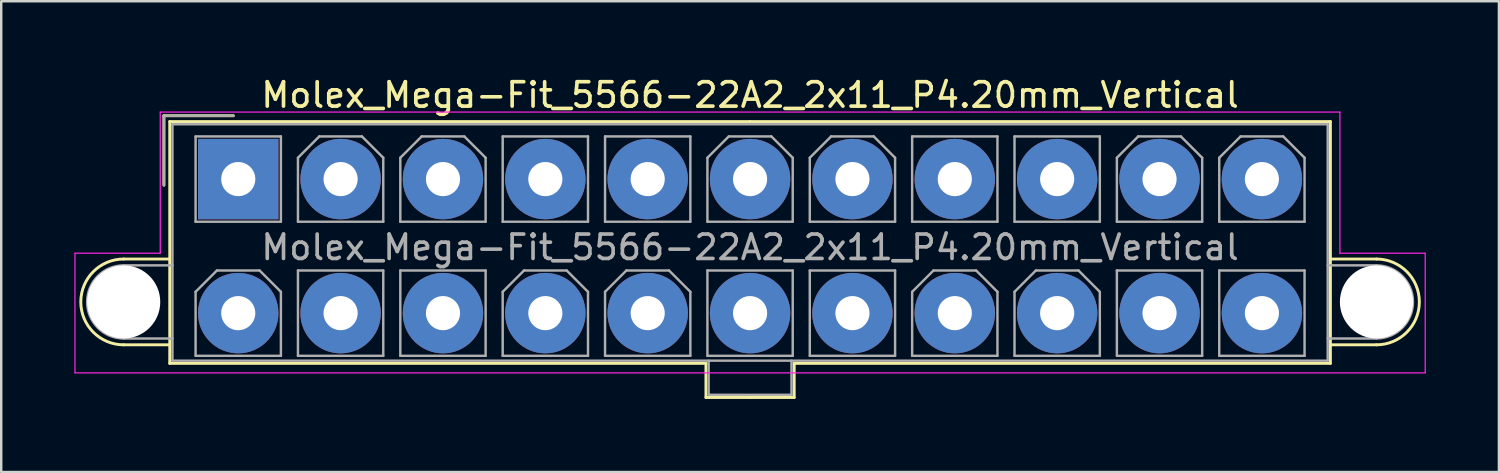
<source format=kicad_pcb>
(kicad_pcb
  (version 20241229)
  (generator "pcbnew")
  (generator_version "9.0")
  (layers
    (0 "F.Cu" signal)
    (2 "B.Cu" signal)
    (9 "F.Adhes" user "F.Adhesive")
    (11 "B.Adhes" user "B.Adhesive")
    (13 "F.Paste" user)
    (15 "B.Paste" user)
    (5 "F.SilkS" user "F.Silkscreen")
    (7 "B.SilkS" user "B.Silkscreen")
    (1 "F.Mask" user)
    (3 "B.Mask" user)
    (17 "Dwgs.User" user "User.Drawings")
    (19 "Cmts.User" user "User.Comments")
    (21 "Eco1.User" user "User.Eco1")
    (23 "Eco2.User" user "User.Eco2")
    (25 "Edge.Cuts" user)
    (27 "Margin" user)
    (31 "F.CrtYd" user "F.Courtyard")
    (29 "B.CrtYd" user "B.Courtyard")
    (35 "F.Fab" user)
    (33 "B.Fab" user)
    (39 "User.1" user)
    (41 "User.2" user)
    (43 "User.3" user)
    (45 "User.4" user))
  (footprint "Molex_Mega-Fit_5566-22A2_2x11_P4.20mm_Vertical"
    (layer "F.Cu")
    (at 6.725 4.298)
    (property "Reference" "Molex_Mega-Fit_5566-22A2_2x11_P4.20mm_Vertical" (at 21 -3.45 0) (layer "F.SilkS") (effects (font (size 1 1) (thickness 0.15))))
    (attr through_hole)
    (fp_line (start -4.7 3.28) (end -2.81 3.28) (stroke (width 0.12) (type solid)) (layer "F.SilkS"))
    (fp_line (start -4.7 6.8) (end -2.81 6.8) (stroke (width 0.12) (type solid)) (layer "F.SilkS"))
    (fp_line (start -3.05 -2.6) (end -3.05 0.25) (stroke (width 0.12) (type solid)) (layer "F.SilkS"))
    (fp_line (start -2.81 -2.36) (end -2.81 7.56) (stroke (width 0.12) (type solid)) (layer "F.SilkS"))
    (fp_line (start -2.81 7.56) (end 19.19 7.56) (stroke (width 0.12) (type solid)) (layer "F.SilkS"))
    (fp_line (start -0.2 -2.6) (end -3.05 -2.6) (stroke (width 0.12) (type solid)) (layer "F.SilkS"))
    (fp_line (start 19.19 7.56) (end 19.19 8.96) (stroke (width 0.12) (type solid)) (layer "F.SilkS"))
    (fp_line (start 19.19 8.96) (end 21 8.96) (stroke (width 0.12) (type solid)) (layer "F.SilkS"))
    (fp_line (start 21 -2.36) (end -2.81 -2.36) (stroke (width 0.12) (type solid)) (layer "F.SilkS"))
    (fp_line (start 21 -2.36) (end 44.81 -2.36) (stroke (width 0.12) (type solid)) (layer "F.SilkS"))
    (fp_line (start 22.81 7.56) (end 22.81 8.96) (stroke (width 0.12) (type solid)) (layer "F.SilkS"))
    (fp_line (start 22.81 8.96) (end 21 8.96) (stroke (width 0.12) (type solid)) (layer "F.SilkS"))
    (fp_line (start 44.81 -2.36) (end 44.81 7.56) (stroke (width 0.12) (type solid)) (layer "F.SilkS"))
    (fp_line (start 44.81 7.56) (end 22.81 7.56) (stroke (width 0.12) (type solid)) (layer "F.SilkS"))
    (fp_line (start 46.7 3.28) (end 44.81 3.28) (stroke (width 0.12) (type solid)) (layer "F.SilkS"))
    (fp_line (start 46.7 6.8) (end 44.81 6.8) (stroke (width 0.12) (type solid)) (layer "F.SilkS"))
    (fp_arc (start -4.7 6.8) (mid -6.46 5.04) (end -4.7 3.28) (stroke (width 0.12) (type solid)) (layer "F.SilkS"))
    (fp_arc (start 46.7 3.28) (mid 48.46 5.04) (end 46.7 6.8) (stroke (width 0.12) (type solid)) (layer "F.SilkS"))
    (fp_line (start -6.7 3.04) (end -6.7 7.95) (stroke (width 0.05) (type solid)) (layer "F.CrtYd"))
    (fp_line (start -6.7 7.95) (end 48.7 7.95) (stroke (width 0.05) (type solid)) (layer "F.CrtYd"))
    (fp_line (start -3.2 -2.75) (end -3.2 3.04) (stroke (width 0.05) (type solid)) (layer "F.CrtYd"))
    (fp_line (start -3.2 3.04) (end -6.7 3.04) (stroke (width 0.05) (type solid)) (layer "F.CrtYd"))
    (fp_line (start 45.2 -2.75) (end -3.2 -2.75) (stroke (width 0.05) (type solid)) (layer "F.CrtYd"))
    (fp_line (start 45.2 3.04) (end 45.2 -2.75) (stroke (width 0.05) (type solid)) (layer "F.CrtYd"))
    (fp_line (start 48.7 3.04) (end 45.2 3.04) (stroke (width 0.05) (type solid)) (layer "F.CrtYd"))
    (fp_line (start 48.7 7.95) (end 48.7 3.04) (stroke (width 0.05) (type solid)) (layer "F.CrtYd"))
    (fp_line (start -4.7 3.54) (end -2.7 3.54) (stroke (width 0.1) (type solid)) (layer "F.Fab"))
    (fp_line (start -4.7 6.54) (end -2.7 6.54) (stroke (width 0.1) (type solid)) (layer "F.Fab"))
    (fp_line (start -3.05 -2.6) (end -3.05 0.25) (stroke (width 0.1) (type solid)) (layer "F.Fab"))
    (fp_line (start -2.7 -2.25) (end -2.7 7.45) (stroke (width 0.1) (type solid)) (layer "F.Fab"))
    (fp_line (start -2.7 7.45) (end 44.7 7.45) (stroke (width 0.1) (type solid)) (layer "F.Fab"))
    (fp_line (start -1.75 -1.75) (end -1.75 1.75) (stroke (width 0.1) (type solid)) (layer "F.Fab"))
    (fp_line (start -1.75 1.75) (end 1.75 1.75) (stroke (width 0.1) (type solid)) (layer "F.Fab"))
    (fp_line (start -1.75 4.625) (end -0.875 3.75) (stroke (width 0.1) (type solid)) (layer "F.Fab"))
    (fp_line (start -1.75 7.25) (end -1.75 4.625) (stroke (width 0.1) (type solid)) (layer "F.Fab"))
    (fp_line (start -0.875 3.75) (end 0.875 3.75) (stroke (width 0.1) (type solid)) (layer "F.Fab"))
    (fp_line (start -0.2 -2.6) (end -3.05 -2.6) (stroke (width 0.1) (type solid)) (layer "F.Fab"))
    (fp_line (start 0.875 3.75) (end 1.75 4.625) (stroke (width 0.1) (type solid)) (layer "F.Fab"))
    (fp_line (start 1.75 -1.75) (end -1.75 -1.75) (stroke (width 0.1) (type solid)) (layer "F.Fab"))
    (fp_line (start 1.75 1.75) (end 1.75 -1.75) (stroke (width 0.1) (type solid)) (layer "F.Fab"))
    (fp_line (start 1.75 4.625) (end 1.75 7.25) (stroke (width 0.1) (type solid)) (layer "F.Fab"))
    (fp_line (start 1.75 7.25) (end -1.75 7.25) (stroke (width 0.1) (type solid)) (layer "F.Fab"))
    (fp_line (start 2.45 -0.875) (end 3.325 -1.75) (stroke (width 0.1) (type solid)) (layer "F.Fab"))
    (fp_line (start 2.45 1.75) (end 2.45 -0.875) (stroke (width 0.1) (type solid)) (layer "F.Fab"))
    (fp_line (start 2.45 3.75) (end 2.45 7.25) (stroke (width 0.1) (type solid)) (layer "F.Fab"))
    (fp_line (start 2.45 7.25) (end 5.95 7.25) (stroke (width 0.1) (type solid)) (layer "F.Fab"))
    (fp_line (start 3.325 -1.75) (end 5.075 -1.75) (stroke (width 0.1) (type solid)) (layer "F.Fab"))
    (fp_line (start 5.075 -1.75) (end 5.95 -0.875) (stroke (width 0.1) (type solid)) (layer "F.Fab"))
    (fp_line (start 5.95 -0.875) (end 5.95 1.75) (stroke (width 0.1) (type solid)) (layer "F.Fab"))
    (fp_line (start 5.95 1.75) (end 2.45 1.75) (stroke (width 0.1) (type solid)) (layer "F.Fab"))
    (fp_line (start 5.95 3.75) (end 2.45 3.75) (stroke (width 0.1) (type solid)) (layer "F.Fab"))
    (fp_line (start 5.95 7.25) (end 5.95 3.75) (stroke (width 0.1) (type solid)) (layer "F.Fab"))
    (fp_line (start 6.65 -0.875) (end 7.525 -1.75) (stroke (width 0.1) (type solid)) (layer "F.Fab"))
    (fp_line (start 6.65 1.75) (end 6.65 -0.875) (stroke (width 0.1) (type solid)) (layer "F.Fab"))
    (fp_line (start 6.65 3.75) (end 6.65 7.25) (stroke (width 0.1) (type solid)) (layer "F.Fab"))
    (fp_line (start 6.65 7.25) (end 10.15 7.25) (stroke (width 0.1) (type solid)) (layer "F.Fab"))
    (fp_line (start 7.525 -1.75) (end 9.275 -1.75) (stroke (width 0.1) (type solid)) (layer "F.Fab"))
    (fp_line (start 9.275 -1.75) (end 10.15 -0.875) (stroke (width 0.1) (type solid)) (layer "F.Fab"))
    (fp_line (start 10.15 -0.875) (end 10.15 1.75) (stroke (width 0.1) (type solid)) (layer "F.Fab"))
    (fp_line (start 10.15 1.75) (end 6.65 1.75) (stroke (width 0.1) (type solid)) (layer "F.Fab"))
    (fp_line (start 10.15 3.75) (end 6.65 3.75) (stroke (width 0.1) (type solid)) (layer "F.Fab"))
    (fp_line (start 10.15 7.25) (end 10.15 3.75) (stroke (width 0.1) (type solid)) (layer "F.Fab"))
    (fp_line (start 10.85 -1.75) (end 10.85 1.75) (stroke (width 0.1) (type solid)) (layer "F.Fab"))
    (fp_line (start 10.85 1.75) (end 14.35 1.75) (stroke (width 0.1) (type solid)) (layer "F.Fab"))
    (fp_line (start 10.85 4.625) (end 11.725 3.75) (stroke (width 0.1) (type solid)) (layer "F.Fab"))
    (fp_line (start 10.85 7.25) (end 10.85 4.625) (stroke (width 0.1) (type solid)) (layer "F.Fab"))
    (fp_line (start 11.725 3.75) (end 13.475 3.75) (stroke (width 0.1) (type solid)) (layer "F.Fab"))
    (fp_line (start 13.475 3.75) (end 14.35 4.625) (stroke (width 0.1) (type solid)) (layer "F.Fab"))
    (fp_line (start 14.35 -1.75) (end 10.85 -1.75) (stroke (width 0.1) (type solid)) (layer "F.Fab"))
    (fp_line (start 14.35 1.75) (end 14.35 -1.75) (stroke (width 0.1) (type solid)) (layer "F.Fab"))
    (fp_line (start 14.35 4.625) (end 14.35 7.25) (stroke (width 0.1) (type solid)) (layer "F.Fab"))
    (fp_line (start 14.35 7.25) (end 10.85 7.25) (stroke (width 0.1) (type solid)) (layer "F.Fab"))
    (fp_line (start 15.05 -1.75) (end 15.05 1.75) (stroke (width 0.1) (type solid)) (layer "F.Fab"))
    (fp_line (start 15.05 1.75) (end 18.55 1.75) (stroke (width 0.1) (type solid)) (layer "F.Fab"))
    (fp_line (start 15.05 4.625) (end 15.925 3.75) (stroke (width 0.1) (type solid)) (layer "F.Fab"))
    (fp_line (start 15.05 7.25) (end 15.05 4.625) (stroke (width 0.1) (type solid)) (layer "F.Fab"))
    (fp_line (start 15.925 3.75) (end 17.675 3.75) (stroke (width 0.1) (type solid)) (layer "F.Fab"))
    (fp_line (start 17.675 3.75) (end 18.55 4.625) (stroke (width 0.1) (type solid)) (layer "F.Fab"))
    (fp_line (start 18.55 -1.75) (end 15.05 -1.75) (stroke (width 0.1) (type solid)) (layer "F.Fab"))
    (fp_line (start 18.55 1.75) (end 18.55 -1.75) (stroke (width 0.1) (type solid)) (layer "F.Fab"))
    (fp_line (start 18.55 4.625) (end 18.55 7.25) (stroke (width 0.1) (type solid)) (layer "F.Fab"))
    (fp_line (start 18.55 7.25) (end 15.05 7.25) (stroke (width 0.1) (type solid)) (layer "F.Fab"))
    (fp_line (start 19.25 -0.875) (end 20.125 -1.75) (stroke (width 0.1) (type solid)) (layer "F.Fab"))
    (fp_line (start 19.25 1.75) (end 19.25 -0.875) (stroke (width 0.1) (type solid)) (layer "F.Fab"))
    (fp_line (start 19.25 3.75) (end 19.25 7.25) (stroke (width 0.1) (type solid)) (layer "F.Fab"))
    (fp_line (start 19.25 7.25) (end 22.75 7.25) (stroke (width 0.1) (type solid)) (layer "F.Fab"))
    (fp_line (start 19.3 7.45) (end 19.3 8.85) (stroke (width 0.1) (type solid)) (layer "F.Fab"))
    (fp_line (start 19.3 8.85) (end 22.7 8.85) (stroke (width 0.1) (type solid)) (layer "F.Fab"))
    (fp_line (start 20.125 -1.75) (end 21.875 -1.75) (stroke (width 0.1) (type solid)) (layer "F.Fab"))
    (fp_line (start 21.875 -1.75) (end 22.75 -0.875) (stroke (width 0.1) (type solid)) (layer "F.Fab"))
    (fp_line (start 22.7 8.85) (end 22.7 7.45) (stroke (width 0.1) (type solid)) (layer "F.Fab"))
    (fp_line (start 22.75 -0.875) (end 22.75 1.75) (stroke (width 0.1) (type solid)) (layer "F.Fab"))
    (fp_line (start 22.75 1.75) (end 19.25 1.75) (stroke (width 0.1) (type solid)) (layer "F.Fab"))
    (fp_line (start 22.75 3.75) (end 19.25 3.75) (stroke (width 0.1) (type solid)) (layer "F.Fab"))
    (fp_line (start 22.75 7.25) (end 22.75 3.75) (stroke (width 0.1) (type solid)) (layer "F.Fab"))
    (fp_line (start 23.45 -0.875) (end 24.325 -1.75) (stroke (width 0.1) (type solid)) (layer "F.Fab"))
    (fp_line (start 23.45 1.75) (end 23.45 -0.875) (stroke (width 0.1) (type solid)) (layer "F.Fab"))
    (fp_line (start 23.45 3.75) (end 23.45 7.25) (stroke (width 0.1) (type solid)) (layer "F.Fab"))
    (fp_line (start 23.45 7.25) (end 26.95 7.25) (stroke (width 0.1) (type solid)) (layer "F.Fab"))
    (fp_line (start 24.325 -1.75) (end 26.075 -1.75) (stroke (width 0.1) (type solid)) (layer "F.Fab"))
    (fp_line (start 26.075 -1.75) (end 26.95 -0.875) (stroke (width 0.1) (type solid)) (layer "F.Fab"))
    (fp_line (start 26.95 -0.875) (end 26.95 1.75) (stroke (width 0.1) (type solid)) (layer "F.Fab"))
    (fp_line (start 26.95 1.75) (end 23.45 1.75) (stroke (width 0.1) (type solid)) (layer "F.Fab"))
    (fp_line (start 26.95 3.75) (end 23.45 3.75) (stroke (width 0.1) (type solid)) (layer "F.Fab"))
    (fp_line (start 26.95 7.25) (end 26.95 3.75) (stroke (width 0.1) (type solid)) (layer "F.Fab"))
    (fp_line (start 27.65 -1.75) (end 27.65 1.75) (stroke (width 0.1) (type solid)) (layer "F.Fab"))
    (fp_line (start 27.65 1.75) (end 31.15 1.75) (stroke (width 0.1) (type solid)) (layer "F.Fab"))
    (fp_line (start 27.65 4.625) (end 28.525 3.75) (stroke (width 0.1) (type solid)) (layer "F.Fab"))
    (fp_line (start 27.65 7.25) (end 27.65 4.625) (stroke (width 0.1) (type solid)) (layer "F.Fab"))
    (fp_line (start 28.525 3.75) (end 30.275 3.75) (stroke (width 0.1) (type solid)) (layer "F.Fab"))
    (fp_line (start 30.275 3.75) (end 31.15 4.625) (stroke (width 0.1) (type solid)) (layer "F.Fab"))
    (fp_line (start 31.15 -1.75) (end 27.65 -1.75) (stroke (width 0.1) (type solid)) (layer "F.Fab"))
    (fp_line (start 31.15 1.75) (end 31.15 -1.75) (stroke (width 0.1) (type solid)) (layer "F.Fab"))
    (fp_line (start 31.15 4.625) (end 31.15 7.25) (stroke (width 0.1) (type solid)) (layer "F.Fab"))
    (fp_line (start 31.15 7.25) (end 27.65 7.25) (stroke (width 0.1) (type solid)) (layer "F.Fab"))
    (fp_line (start 31.85 -1.75) (end 31.85 1.75) (stroke (width 0.1) (type solid)) (layer "F.Fab"))
    (fp_line (start 31.85 1.75) (end 35.35 1.75) (stroke (width 0.1) (type solid)) (layer "F.Fab"))
    (fp_line (start 31.85 4.625) (end 32.725 3.75) (stroke (width 0.1) (type solid)) (layer "F.Fab"))
    (fp_line (start 31.85 7.25) (end 31.85 4.625) (stroke (width 0.1) (type solid)) (layer "F.Fab"))
    (fp_line (start 32.725 3.75) (end 34.475 3.75) (stroke (width 0.1) (type solid)) (layer "F.Fab"))
    (fp_line (start 34.475 3.75) (end 35.35 4.625) (stroke (width 0.1) (type solid)) (layer "F.Fab"))
    (fp_line (start 35.35 -1.75) (end 31.85 -1.75) (stroke (width 0.1) (type solid)) (layer "F.Fab"))
    (fp_line (start 35.35 1.75) (end 35.35 -1.75) (stroke (width 0.1) (type solid)) (layer "F.Fab"))
    (fp_line (start 35.35 4.625) (end 35.35 7.25) (stroke (width 0.1) (type solid)) (layer "F.Fab"))
    (fp_line (start 35.35 7.25) (end 31.85 7.25) (stroke (width 0.1) (type solid)) (layer "F.Fab"))
    (fp_line (start 36.05 -0.875) (end 36.925 -1.75) (stroke (width 0.1) (type solid)) (layer "F.Fab"))
    (fp_line (start 36.05 1.75) (end 36.05 -0.875) (stroke (width 0.1) (type solid)) (layer "F.Fab"))
    (fp_line (start 36.05 3.75) (end 36.05 7.25) (stroke (width 0.1) (type solid)) (layer "F.Fab"))
    (fp_line (start 36.05 7.25) (end 39.55 7.25) (stroke (width 0.1) (type solid)) (layer "F.Fab"))
    (fp_line (start 36.925 -1.75) (end 38.675 -1.75) (stroke (width 0.1) (type solid)) (layer "F.Fab"))
    (fp_line (start 38.675 -1.75) (end 39.55 -0.875) (stroke (width 0.1) (type solid)) (layer "F.Fab"))
    (fp_line (start 39.55 -0.875) (end 39.55 1.75) (stroke (width 0.1) (type solid)) (layer "F.Fab"))
    (fp_line (start 39.55 1.75) (end 36.05 1.75) (stroke (width 0.1) (type solid)) (layer "F.Fab"))
    (fp_line (start 39.55 3.75) (end 36.05 3.75) (stroke (width 0.1) (type solid)) (layer "F.Fab"))
    (fp_line (start 39.55 7.25) (end 39.55 3.75) (stroke (width 0.1) (type solid)) (layer "F.Fab"))
    (fp_line (start 40.25 -0.875) (end 41.125 -1.75) (stroke (width 0.1) (type solid)) (layer "F.Fab"))
    (fp_line (start 40.25 1.75) (end 40.25 -0.875) (stroke (width 0.1) (type solid)) (layer "F.Fab"))
    (fp_line (start 40.25 3.75) (end 40.25 7.25) (stroke (width 0.1) (type solid)) (layer "F.Fab"))
    (fp_line (start 40.25 7.25) (end 43.75 7.25) (stroke (width 0.1) (type solid)) (layer "F.Fab"))
    (fp_line (start 41.125 -1.75) (end 42.875 -1.75) (stroke (width 0.1) (type solid)) (layer "F.Fab"))
    (fp_line (start 42.875 -1.75) (end 43.75 -0.875) (stroke (width 0.1) (type solid)) (layer "F.Fab"))
    (fp_line (start 43.75 -0.875) (end 43.75 1.75) (stroke (width 0.1) (type solid)) (layer "F.Fab"))
    (fp_line (start 43.75 1.75) (end 40.25 1.75) (stroke (width 0.1) (type solid)) (layer "F.Fab"))
    (fp_line (start 43.75 3.75) (end 40.25 3.75) (stroke (width 0.1) (type solid)) (layer "F.Fab"))
    (fp_line (start 43.75 7.25) (end 43.75 3.75) (stroke (width 0.1) (type solid)) (layer "F.Fab"))
    (fp_line (start 44.7 -2.25) (end -2.7 -2.25) (stroke (width 0.1) (type solid)) (layer "F.Fab"))
    (fp_line (start 44.7 7.45) (end 44.7 -2.25) (stroke (width 0.1) (type solid)) (layer "F.Fab"))
    (fp_line (start 46.7 3.54) (end 44.7 3.54) (stroke (width 0.1) (type solid)) (layer "F.Fab"))
    (fp_line (start 46.7 6.54) (end 44.7 6.54) (stroke (width 0.1) (type solid)) (layer "F.Fab"))
    (fp_arc (start -4.7 6.54) (mid -6.2 5.04) (end -4.7 3.54) (stroke (width 0.1) (type solid)) (layer "F.Fab"))
    (fp_arc (start 46.7 3.54) (mid 48.2 5.04) (end 46.7 6.54) (stroke (width 0.1) (type solid)) (layer "F.Fab"))
    (fp_text user "${REFERENCE}" (at 21 2.8 0) (layer "F.Fab") (effects (font (size 1 1) (thickness 0.15))))
    (pad "" np_thru_hole circle (at -4.7 5.04) (size 3 3) (drill 3) (layers "*.Cu" "*.Mask"))
    (pad "" np_thru_hole circle (at 46.7 5.04) (size 3 3) (drill 3) (layers "*.Cu" "*.Mask"))
    (pad "1" thru_hole rect (at 0 0) (size 3.3 3.3) (drill 1.4) (layers "*.Cu" "*.Mask"))
    (pad "2" thru_hole circle (at 4.2 0) (size 3.3 3.3) (drill 1.4) (layers "*.Cu" "*.Mask"))
    (pad "3" thru_hole circle (at 8.4 0) (size 3.3 3.3) (drill 1.4) (layers "*.Cu" "*.Mask"))
    (pad "4" thru_hole circle (at 12.6 0) (size 3.3 3.3) (drill 1.4) (layers "*.Cu" "*.Mask"))
    (pad "5" thru_hole circle (at 16.8 0) (size 3.3 3.3) (drill 1.4) (layers "*.Cu" "*.Mask"))
    (pad "6" thru_hole circle (at 21 0) (size 3.3 3.3) (drill 1.4) (layers "*.Cu" "*.Mask"))
    (pad "7" thru_hole circle (at 25.2 0) (size 3.3 3.3) (drill 1.4) (layers "*.Cu" "*.Mask"))
    (pad "8" thru_hole circle (at 29.4 0) (size 3.3 3.3) (drill 1.4) (layers "*.Cu" "*.Mask"))
    (pad "9" thru_hole circle (at 33.6 0) (size 3.3 3.3) (drill 1.4) (layers "*.Cu" "*.Mask"))
    (pad "10" thru_hole circle (at 37.8 0) (size 3.3 3.3) (drill 1.4) (layers "*.Cu" "*.Mask"))
    (pad "11" thru_hole circle (at 42 0) (size 3.3 3.3) (drill 1.4) (layers "*.Cu" "*.Mask"))
    (pad "12" thru_hole circle (at 0 5.5) (size 3.3 3.3) (drill 1.4) (layers "*.Cu" "*.Mask"))
    (pad "13" thru_hole circle (at 4.2 5.5) (size 3.3 3.3) (drill 1.4) (layers "*.Cu" "*.Mask"))
    (pad "14" thru_hole circle (at 8.4 5.5) (size 3.3 3.3) (drill 1.4) (layers "*.Cu" "*.Mask"))
    (pad "15" thru_hole circle (at 12.6 5.5) (size 3.3 3.3) (drill 1.4) (layers "*.Cu" "*.Mask"))
    (pad "16" thru_hole circle (at 16.8 5.5) (size 3.3 3.3) (drill 1.4) (layers "*.Cu" "*.Mask"))
    (pad "17" thru_hole circle (at 21 5.5) (size 3.3 3.3) (drill 1.4) (layers "*.Cu" "*.Mask"))
    (pad "18" thru_hole circle (at 25.2 5.5) (size 3.3 3.3) (drill 1.4) (layers "*.Cu" "*.Mask"))
    (pad "19" thru_hole circle (at 29.4 5.5) (size 3.3 3.3) (drill 1.4) (layers "*.Cu" "*.Mask"))
    (pad "20" thru_hole circle (at 33.6 5.5) (size 3.3 3.3) (drill 1.4) (layers "*.Cu" "*.Mask"))
    (pad "21" thru_hole circle (at 37.8 5.5) (size 3.3 3.3) (drill 1.4) (layers "*.Cu" "*.Mask"))
    (pad "22" thru_hole circle (at 42 5.5) (size 3.3 3.3) (drill 1.4) (layers "*.Cu" "*.Mask")))
  (gr_rect
    (start -3 -3)
    (end 58.45 16.318)
    (stroke (width 0.1) (type default))
    (fill no)
    (layer "Edge.Cuts")))
</source>
